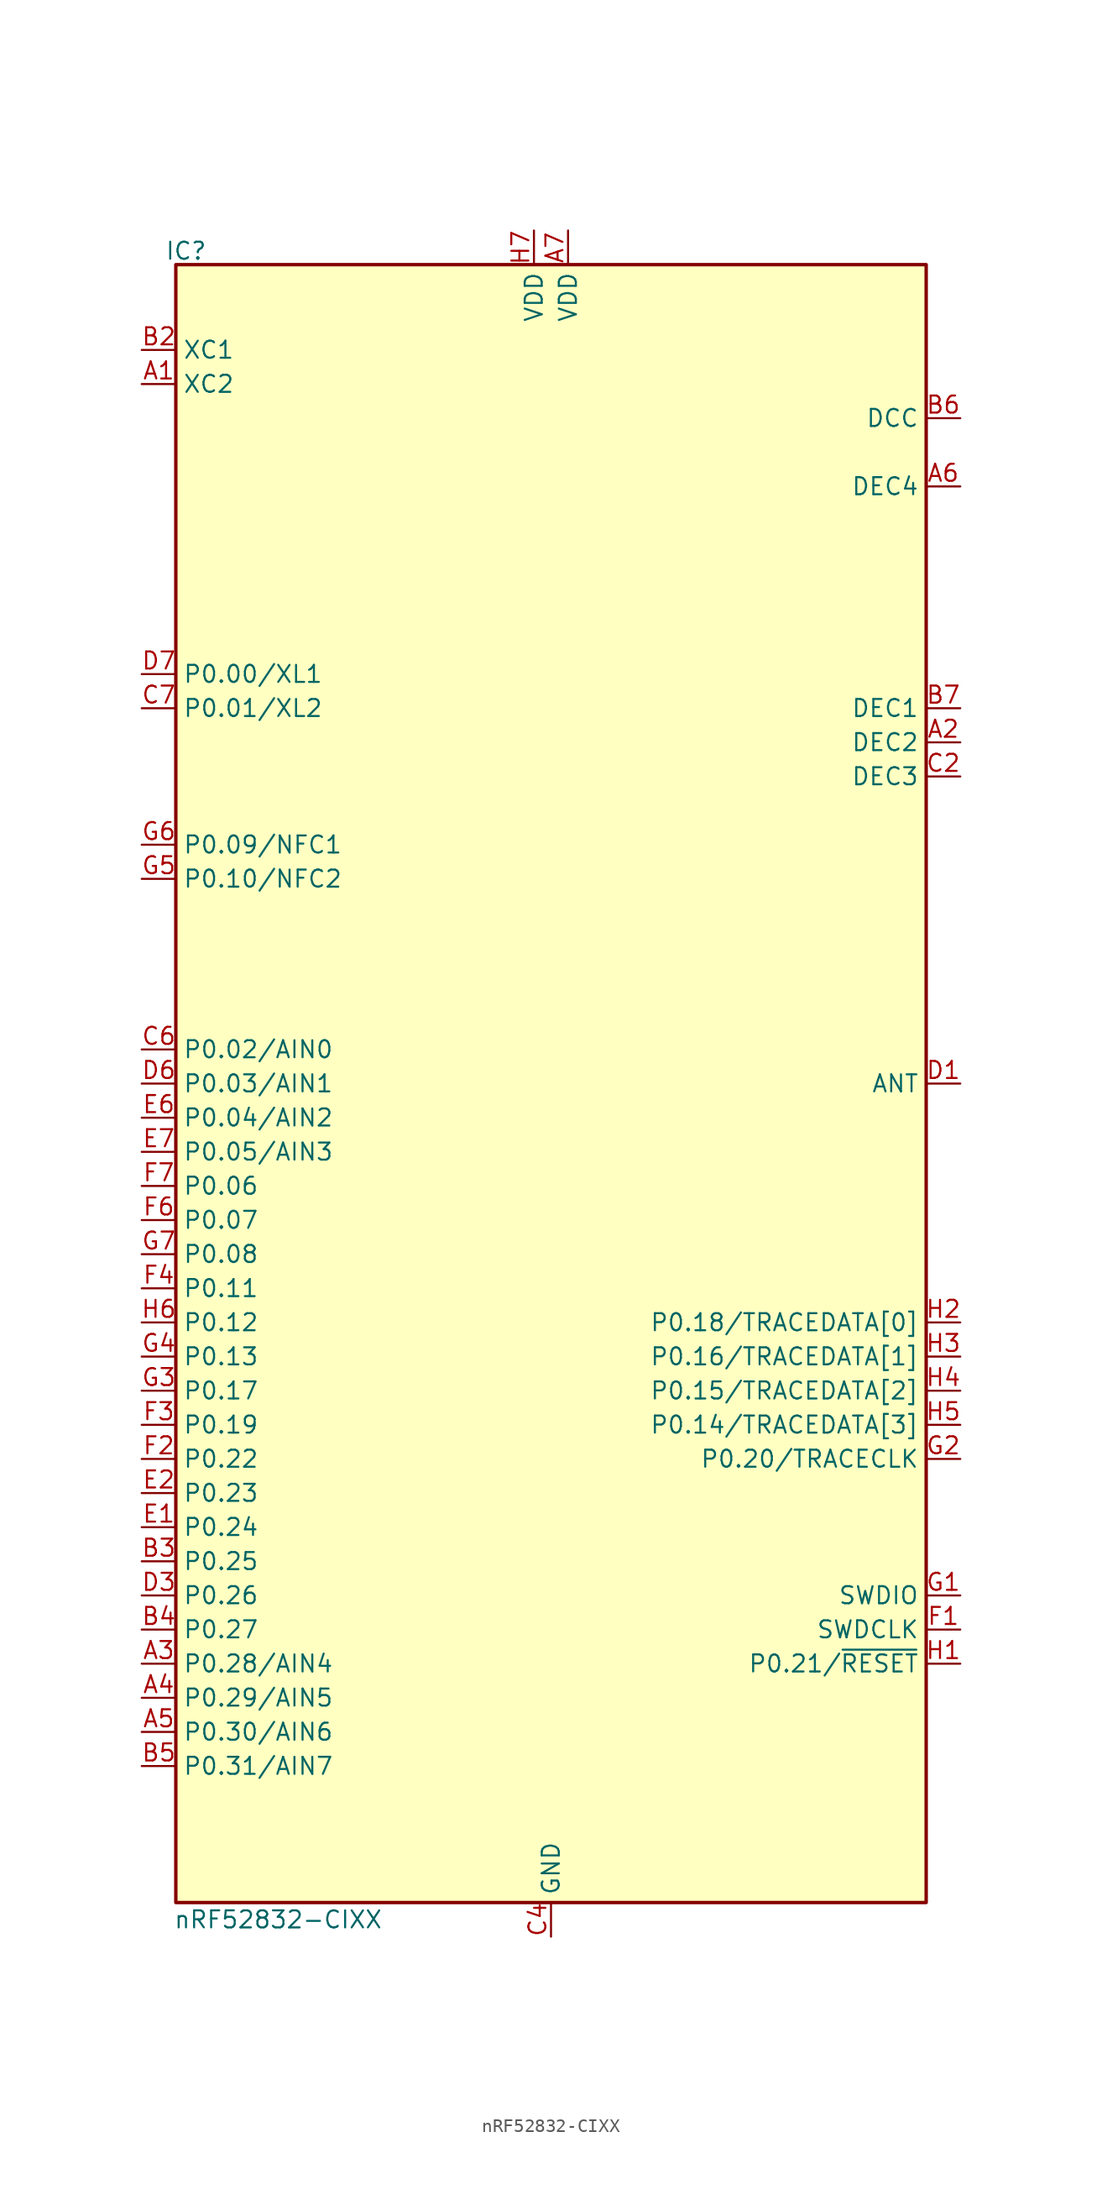
<source format=kicad_sym>
(kicad_symbol_lib
  (version 20231120)
  (generator "kicad_symbol_editor")
  (generator_version "8.0")
  (symbol "nRF52832-CIXX"
    (property "Reference" "IC"
      (at -27.178 61.976 0)
      (effects (font (size 1.27 1.27))))
    (property "Value" "nRF52832-CIXX"
      (at -20.32 -62.23 0)
      (effects (font (size 1.27 1.27))))
    (symbol "nRF52832-CIXX_0_0"
      (pin unspecified line (at -30.48 52.07 0) (length 2.54) (name "XC2" (effects (font (size 1.27 1.27)))) (number "A1" (effects (font (size 1.27 1.27)))))
      (pin bidirectional line (at -30.48 -43.18 0) (length 2.54) (name "P0.28/AIN4" (effects (font (size 1.27 1.27)))) (number "A3" (effects (font (size 1.27 1.27)))))
      (pin bidirectional line (at -30.48 -45.72 0) (length 2.54) (name "P0.29/AIN5" (effects (font (size 1.27 1.27)))) (number "A4" (effects (font (size 1.27 1.27)))))
      (pin bidirectional line (at -30.48 -48.26 0) (length 2.54) (name "P0.30/AIN6" (effects (font (size 1.27 1.27)))) (number "A5" (effects (font (size 1.27 1.27)))))
      (pin power_in line (at 1.27 63.5 270) (length 2.54) (name "VDD" (effects (font (size 1.27 1.27)))) (number "A7" (effects (font (size 1.27 1.27)))))
      (pin unspecified line (at -30.48 54.61 0) (length 2.54) (name "XC1" (effects (font (size 1.27 1.27)))) (number "B2" (effects (font (size 1.27 1.27)))))
      (pin bidirectional line (at -30.48 -35.56 0) (length 2.54) (name "P0.25" (effects (font (size 1.27 1.27)))) (number "B3" (effects (font (size 1.27 1.27)))))
      (pin bidirectional line (at -30.48 -40.64 0) (length 2.54) (name "P0.27" (effects (font (size 1.27 1.27)))) (number "B4" (effects (font (size 1.27 1.27)))))
      (pin bidirectional line (at -30.48 -50.8 0) (length 2.54) (name "P0.31/AIN7" (effects (font (size 1.27 1.27)))) (number "B5" (effects (font (size 1.27 1.27)))))
      (pin power_in line (at 30.48 49.53 180) (length 2.54) (name "DCC" (effects (font (size 1.27 1.27)))) (number "B6" (effects (font (size 1.27 1.27)))))
      (pin bidirectional line (at -30.48 2.54 0) (length 2.54) (name "P0.02/AIN0" (effects (font (size 1.27 1.27)))) (number "C6" (effects (font (size 1.27 1.27)))))
      (pin bidirectional line (at -30.48 27.94 0) (length 2.54) (name "P0.01/XL2" (effects (font (size 1.27 1.27)))) (number "C7" (effects (font (size 1.27 1.27)))))
      (pin unspecified line (at 30.48 0 180) (length 2.54) (name "ANT" (effects (font (size 1.27 1.27)))) (number "D1" (effects (font (size 1.27 1.27)))))
      (pin bidirectional line (at -30.48 -38.1 0) (length 2.54) (name "P0.26" (effects (font (size 1.27 1.27)))) (number "D3" (effects (font (size 1.27 1.27)))))
      (pin bidirectional line (at -30.48 0 0) (length 2.54) (name "P0.03/AIN1" (effects (font (size 1.27 1.27)))) (number "D6" (effects (font (size 1.27 1.27)))))
      (pin bidirectional line (at -30.48 30.48 0) (length 2.54) (name "P0.00/XL1" (effects (font (size 1.27 1.27)))) (number "D7" (effects (font (size 1.27 1.27)))))
      (pin bidirectional line (at -30.48 -33.02 0) (length 2.54) (name "P0.24" (effects (font (size 1.27 1.27)))) (number "E1" (effects (font (size 1.27 1.27)))))
      (pin bidirectional line (at -30.48 -30.48 0) (length 2.54) (name "P0.23" (effects (font (size 1.27 1.27)))) (number "E2" (effects (font (size 1.27 1.27)))))
      (pin bidirectional line (at -30.48 -2.54 0) (length 2.54) (name "P0.04/AIN2" (effects (font (size 1.27 1.27)))) (number "E6" (effects (font (size 1.27 1.27)))))
      (pin bidirectional line (at -30.48 -5.08 0) (length 2.54) (name "P0.05/AIN3" (effects (font (size 1.27 1.27)))) (number "E7" (effects (font (size 1.27 1.27)))))
      (pin bidirectional line (at -30.48 -27.94 0) (length 2.54) (name "P0.22" (effects (font (size 1.27 1.27)))) (number "F2" (effects (font (size 1.27 1.27)))))
      (pin bidirectional line (at -30.48 -25.4 0) (length 2.54) (name "P0.19" (effects (font (size 1.27 1.27)))) (number "F3" (effects (font (size 1.27 1.27)))))
      (pin bidirectional line (at -30.48 -15.24 0) (length 2.54) (name "P0.11" (effects (font (size 1.27 1.27)))) (number "F4" (effects (font (size 1.27 1.27)))))
      (pin bidirectional line (at -30.48 -10.16 0) (length 2.54) (name "P0.07" (effects (font (size 1.27 1.27)))) (number "F6" (effects (font (size 1.27 1.27)))))
      (pin bidirectional line (at -30.48 -7.62 0) (length 2.54) (name "P0.06" (effects (font (size 1.27 1.27)))) (number "F7" (effects (font (size 1.27 1.27)))))
      (pin unspecified line (at 30.48 -27.94 180) (length 2.54) (name "P0.20/TRACECLK" (effects (font (size 1.27 1.27)))) (number "G2" (effects (font (size 1.27 1.27)))))
      (pin bidirectional line (at -30.48 -22.86 0) (length 2.54) (name "P0.17" (effects (font (size 1.27 1.27)))) (number "G3" (effects (font (size 1.27 1.27)))))
      (pin bidirectional line (at -30.48 -20.32 0) (length 2.54) (name "P0.13" (effects (font (size 1.27 1.27)))) (number "G4" (effects (font (size 1.27 1.27)))))
      (pin bidirectional line (at -30.48 -12.7 0) (length 2.54) (name "P0.08" (effects (font (size 1.27 1.27)))) (number "G7" (effects (font (size 1.27 1.27)))))
      (pin unspecified line (at 30.48 -17.78 180) (length 2.54) (name "P0.18/TRACEDATA[0]" (effects (font (size 1.27 1.27)))) (number "H2" (effects (font (size 1.27 1.27)))))
      (pin unspecified line (at 30.48 -20.32 180) (length 2.54) (name "P0.16/TRACEDATA[1]" (effects (font (size 1.27 1.27)))) (number "H3" (effects (font (size 1.27 1.27)))))
      (pin unspecified line (at 30.48 -22.86 180) (length 2.54) (name "P0.15/TRACEDATA[2]" (effects (font (size 1.27 1.27)))) (number "H4" (effects (font (size 1.27 1.27)))))
      (pin unspecified line (at 30.48 -25.4 180) (length 2.54) (name "P0.14/TRACEDATA[3]" (effects (font (size 1.27 1.27)))) (number "H5" (effects (font (size 1.27 1.27)))))
      (pin bidirectional line (at -30.48 -17.78 0) (length 2.54) (name "P0.12" (effects (font (size 1.27 1.27)))) (number "H6" (effects (font (size 1.27 1.27))))))
    (symbol "nRF52832-CIXX_1_0"
      (pin unspecified line (at 30.48 25.4 180) (length 2.54) (name "DEC2" (effects (font (size 1.27 1.27)))) (number "A2" (effects (font (size 1.27 1.27)))))
      (pin unspecified line (at 30.48 44.45 180) (length 2.54) (name "DEC4" (effects (font (size 1.27 1.27)))) (number "A6" (effects (font (size 1.27 1.27)))))
      (pin unspecified line (at 30.48 27.94 180) (length 2.54) (name "DEC1" (effects (font (size 1.27 1.27)))) (number "B7" (effects (font (size 1.27 1.27)))))
      (pin unspecified line (at 30.48 22.86 180) (length 2.54) (name "DEC3" (effects (font (size 1.27 1.27)))) (number "C2" (effects (font (size 1.27 1.27)))))
      (pin passive line (at 0 -63.5 90) (length 2.54) (name "GND" (effects (font (size 1.27 1.27)))) (number "C4" (effects (font (size 1.27 1.27)))))
      (pin passive line (at 0 -63.5 90) (length 2.54) hide (name "GND" (effects (font (size 1.27 1.27)))) (number "C5" (effects (font (size 1.27 1.27)))))
      (pin passive line (at 0 -63.5 90) (length 2.54) hide (name "GND" (effects (font (size 1.27 1.27)))) (number "D2" (effects (font (size 1.27 1.27)))))
      (pin passive line (at 0 -63.5 90) (length 2.54) hide (name "GND" (effects (font (size 1.27 1.27)))) (number "E3" (effects (font (size 1.27 1.27)))))
      (pin input line (at 30.48 -40.64 180) (length 2.54) (name "SWDCLK" (effects (font (size 1.27 1.27)))) (number "F1" (effects (font (size 1.27 1.27)))))
      (pin passive line (at 0 -63.5 90) (length 2.54) hide (name "GND" (effects (font (size 1.27 1.27)))) (number "F5" (effects (font (size 1.27 1.27)))))
      (pin bidirectional line (at 30.48 -38.1 180) (length 2.54) (name "SWDIO" (effects (font (size 1.27 1.27)))) (number "G1" (effects (font (size 1.27 1.27)))))
      (pin bidirectional line (at -30.48 15.24 0) (length 2.54) (name "P0.10/NFC2" (effects (font (size 1.27 1.27)))) (number "G5" (effects (font (size 1.27 1.27)))))
      (pin bidirectional line (at -30.48 17.78 0) (length 2.54) (name "P0.09/NFC1" (effects (font (size 1.27 1.27)))) (number "G6" (effects (font (size 1.27 1.27)))))
      (pin unspecified line (at 30.48 -43.18 180) (length 2.54) (name "P0.21/~{RESET}" (effects (font (size 1.27 1.27)))) (number "H1" (effects (font (size 1.27 1.27)))))
      (pin power_in line (at -1.27 63.5 270) (length 2.54) (name "VDD" (effects (font (size 1.27 1.27)))) (number "H7" (effects (font (size 1.27 1.27))))))
    (symbol "nRF52832-CIXX_1_1"
      (rectangle (start -27.94 60.96) (end 27.94 -60.96) (stroke (width 0.254) (type default)) (fill (type background))))))
</source>
